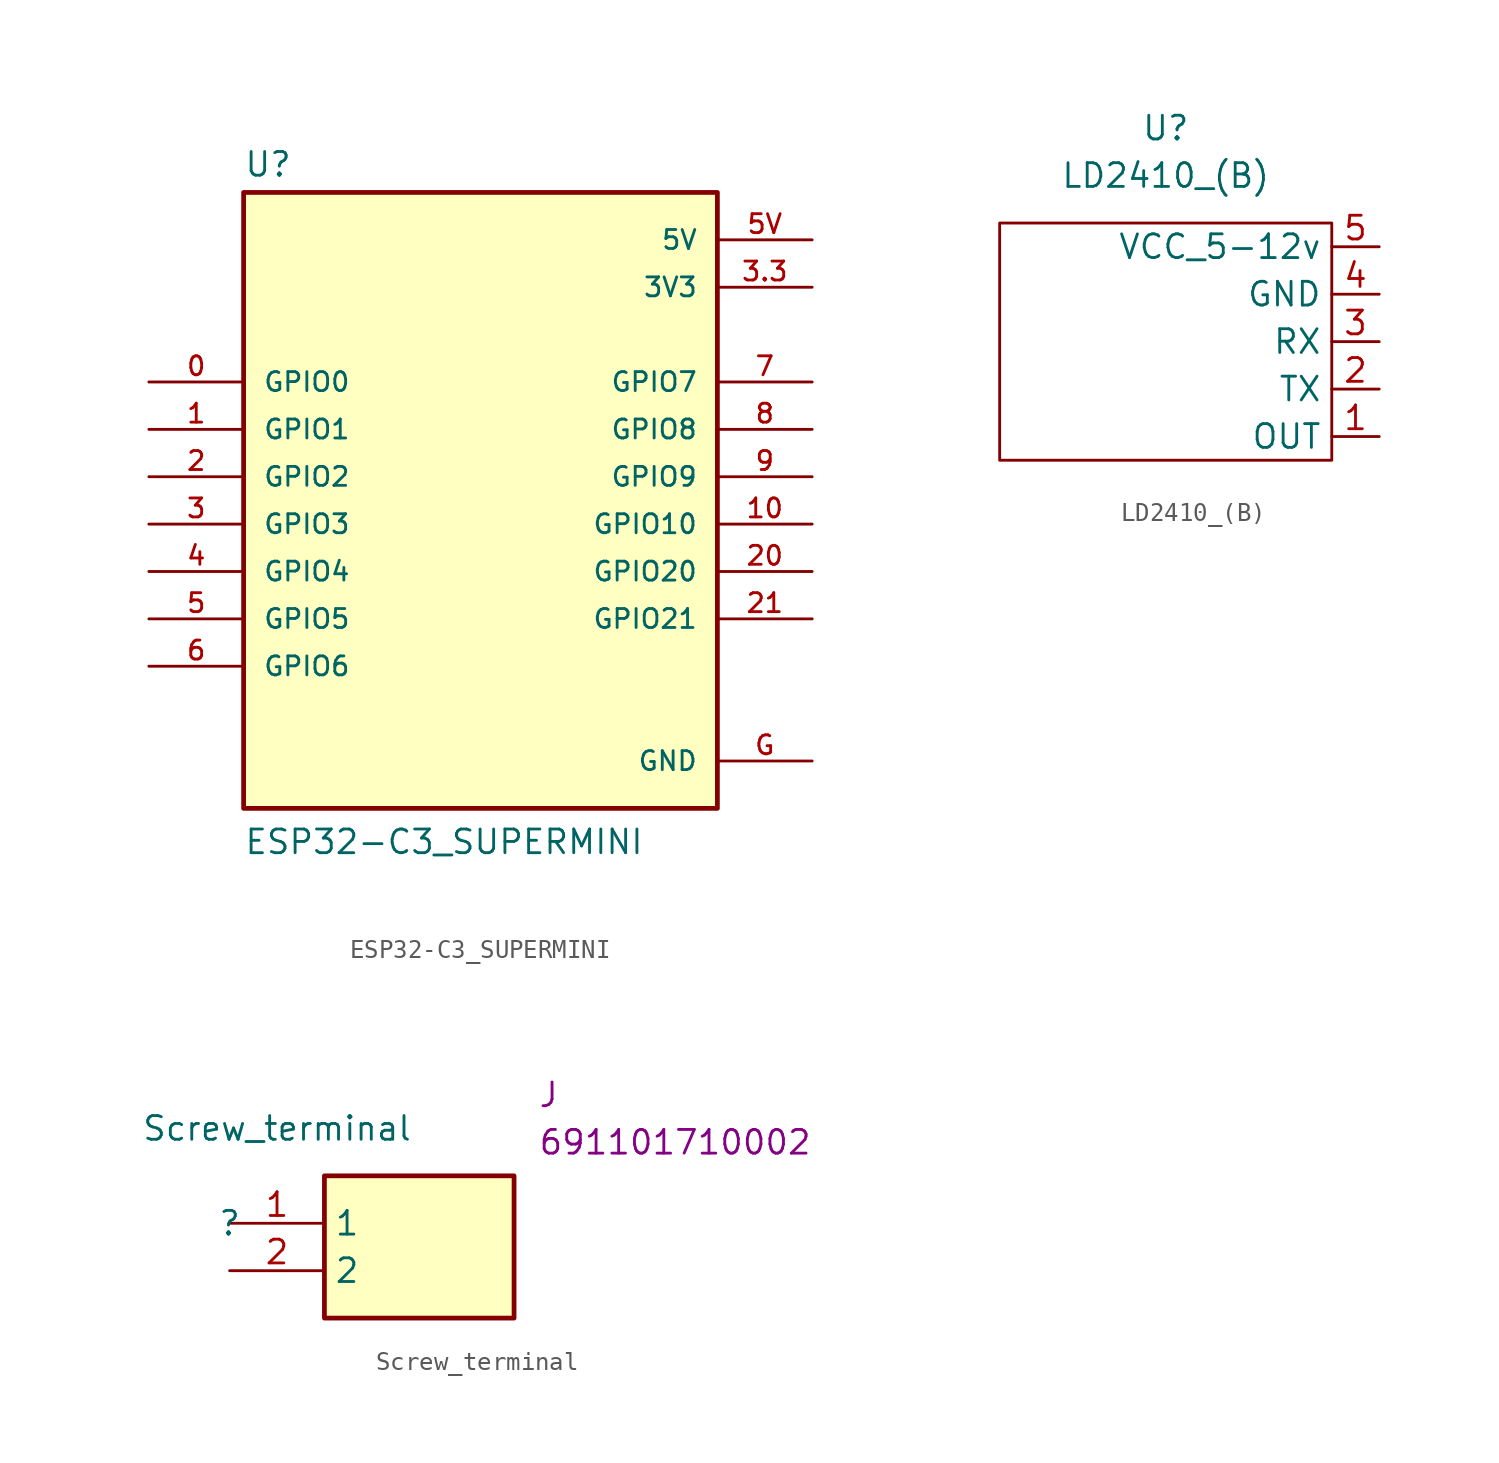
<source format=kicad_sym>
(kicad_symbol_lib
  (version 20211014)
  (generator kicad_symbol_editor)
  (symbol "ESP32-C3_SUPERMINI"
    (pin_names
      (offset 1.016))
    (property "Reference" "U"
      (at -12.7 16.002 0)
      (effects (font (size 1.27 1.27)) (justify left bottom)))
    (property "Value" "ESP32-C3_SUPERMINI"
      (at -12.7 -20.32 0)
      (effects (font (size 1.27 1.27)) (justify left bottom)))
    (symbol "ESP32-C3_SUPERMINI_0_0"
      (rectangle (start -12.7 -17.78) (end 12.7 15.24) (stroke (width 0.254) (type default) (color 0 0 0 0)) (fill (type background)))
      (pin bidirectional line (at -17.78 5.08 0) (length 5.08) (name "GPIO0" (effects (font (size 1.016 1.016)))) (number "0" (effects (font (size 1.016 1.016)))))
      (pin bidirectional line (at -17.78 2.54 0) (length 5.08) (name "GPIO1" (effects (font (size 1.016 1.016)))) (number "1" (effects (font (size 1.016 1.016)))))
      (pin bidirectional line (at 17.78 -2.54 180) (length 5.08) (name "GPIO10" (effects (font (size 1.016 1.016)))) (number "10" (effects (font (size 1.016 1.016)))))
      (pin bidirectional line (at -17.78 0 0) (length 5.08) (name "GPIO2" (effects (font (size 1.016 1.016)))) (number "2" (effects (font (size 1.016 1.016)))))
      (pin bidirectional line (at 17.78 -5.08 180) (length 5.08) (name "GPIO20" (effects (font (size 1.016 1.016)))) (number "20" (effects (font (size 1.016 1.016)))))
      (pin bidirectional line (at 17.78 -7.62 180) (length 5.08) (name "GPIO21" (effects (font (size 1.016 1.016)))) (number "21" (effects (font (size 1.016 1.016)))))
      (pin bidirectional line (at -17.78 -2.54 0) (length 5.08) (name "GPIO3" (effects (font (size 1.016 1.016)))) (number "3" (effects (font (size 1.016 1.016)))))
      (pin power_in line (at 17.78 10.16 180) (length 5.08) (name "3V3" (effects (font (size 1.016 1.016)))) (number "3.3" (effects (font (size 1.016 1.016)))))
      (pin bidirectional line (at -17.78 -5.08 0) (length 5.08) (name "GPIO4" (effects (font (size 1.016 1.016)))) (number "4" (effects (font (size 1.016 1.016)))))
      (pin bidirectional line (at -17.78 -7.62 0) (length 5.08) (name "GPIO5" (effects (font (size 1.016 1.016)))) (number "5" (effects (font (size 1.016 1.016)))))
      (pin power_in line (at 17.78 12.7 180) (length 5.08) (name "5V" (effects (font (size 1.016 1.016)))) (number "5V" (effects (font (size 1.016 1.016)))))
      (pin bidirectional line (at -17.78 -10.16 0) (length 5.08) (name "GPIO6" (effects (font (size 1.016 1.016)))) (number "6" (effects (font (size 1.016 1.016)))))
      (pin bidirectional line (at 17.78 5.08 180) (length 5.08) (name "GPIO7" (effects (font (size 1.016 1.016)))) (number "7" (effects (font (size 1.016 1.016)))))
      (pin bidirectional line (at 17.78 2.54 180) (length 5.08) (name "GPIO8" (effects (font (size 1.016 1.016)))) (number "8" (effects (font (size 1.016 1.016)))))
      (pin bidirectional line (at 17.78 0 180) (length 5.08) (name "GPIO9" (effects (font (size 1.016 1.016)))) (number "9" (effects (font (size 1.016 1.016)))))
      (pin power_in line (at 17.78 -15.24 180) (length 5.08) (name "GND" (effects (font (size 1.016 1.016)))) (number "G" (effects (font (size 1.016 1.016)))))))
  (symbol "LD2410_(B)"
    (property "Reference" "U"
      (at 0 5.08 0)
      (effects (font (size 1.27 1.27))))
    (property "Value" "LD2410_(B)"
      (at 0 2.54 0)
      (effects (font (size 1.27 1.27))))
    (symbol "LD2410_(B)_0_1"
      (rectangle (start -8.89 0) (end 8.89 -12.7) (stroke (width 0) (type default) (color 0 0 0 0)) (fill (type none))))
    (symbol "LD2410_(B)_1_1"
      (pin input line (at 11.43 -11.43 180) (length 2.54) (name "OUT" (effects (font (size 1.27 1.27)))) (number "1" (effects (font (size 1.27 1.27)))))
      (pin input line (at 11.43 -8.89 180) (length 2.54) (name "TX" (effects (font (size 1.27 1.27)))) (number "2" (effects (font (size 1.27 1.27)))))
      (pin input line (at 11.43 -6.35 180) (length 2.54) (name "RX" (effects (font (size 1.27 1.27)))) (number "3" (effects (font (size 1.27 1.27)))))
      (pin input line (at 11.43 -3.81 180) (length 2.54) (name "GND" (effects (font (size 1.27 1.27)))) (number "4" (effects (font (size 1.27 1.27)))))
      (pin input line (at 11.43 -1.27 180) (length 2.54) (name "VCC_5-12v" (effects (font (size 1.27 1.27)))) (number "5" (effects (font (size 1.27 1.27)))))))
  (symbol "Screw_terminal"
    (property "Reference" ""
      (at 0 0 0)
      (effects (font (size 1.27 1.27))))
    (property "Value" "Screw_terminal"
      (at 2.54 5.08 0)
      (effects (font (size 1.27 1.27))))
    (property "Reference_1" "J"
      (at 16.51 7.62 0)
      (effects (font (size 1.27 1.27)) (justify left top)))
    (property "Value_1" "691101710002"
      (at 16.51 5.08 0)
      (effects (font (size 1.27 1.27)) (justify left top)))
    (symbol "Screw_terminal_1_1"
      (rectangle (start 5.08 2.54) (end 15.24 -5.08) (stroke (width 0.254) (type default) (color 0 0 0 0)) (fill (type background)))
      (pin passive line (at 0 0 0) (length 5.08) (name "1" (effects (font (size 1.27 1.27)))) (number "1" (effects (font (size 1.27 1.27)))))
      (pin passive line (at 0 -2.54 0) (length 5.08) (name "2" (effects (font (size 1.27 1.27)))) (number "2" (effects (font (size 1.27 1.27))))))))
</source>
